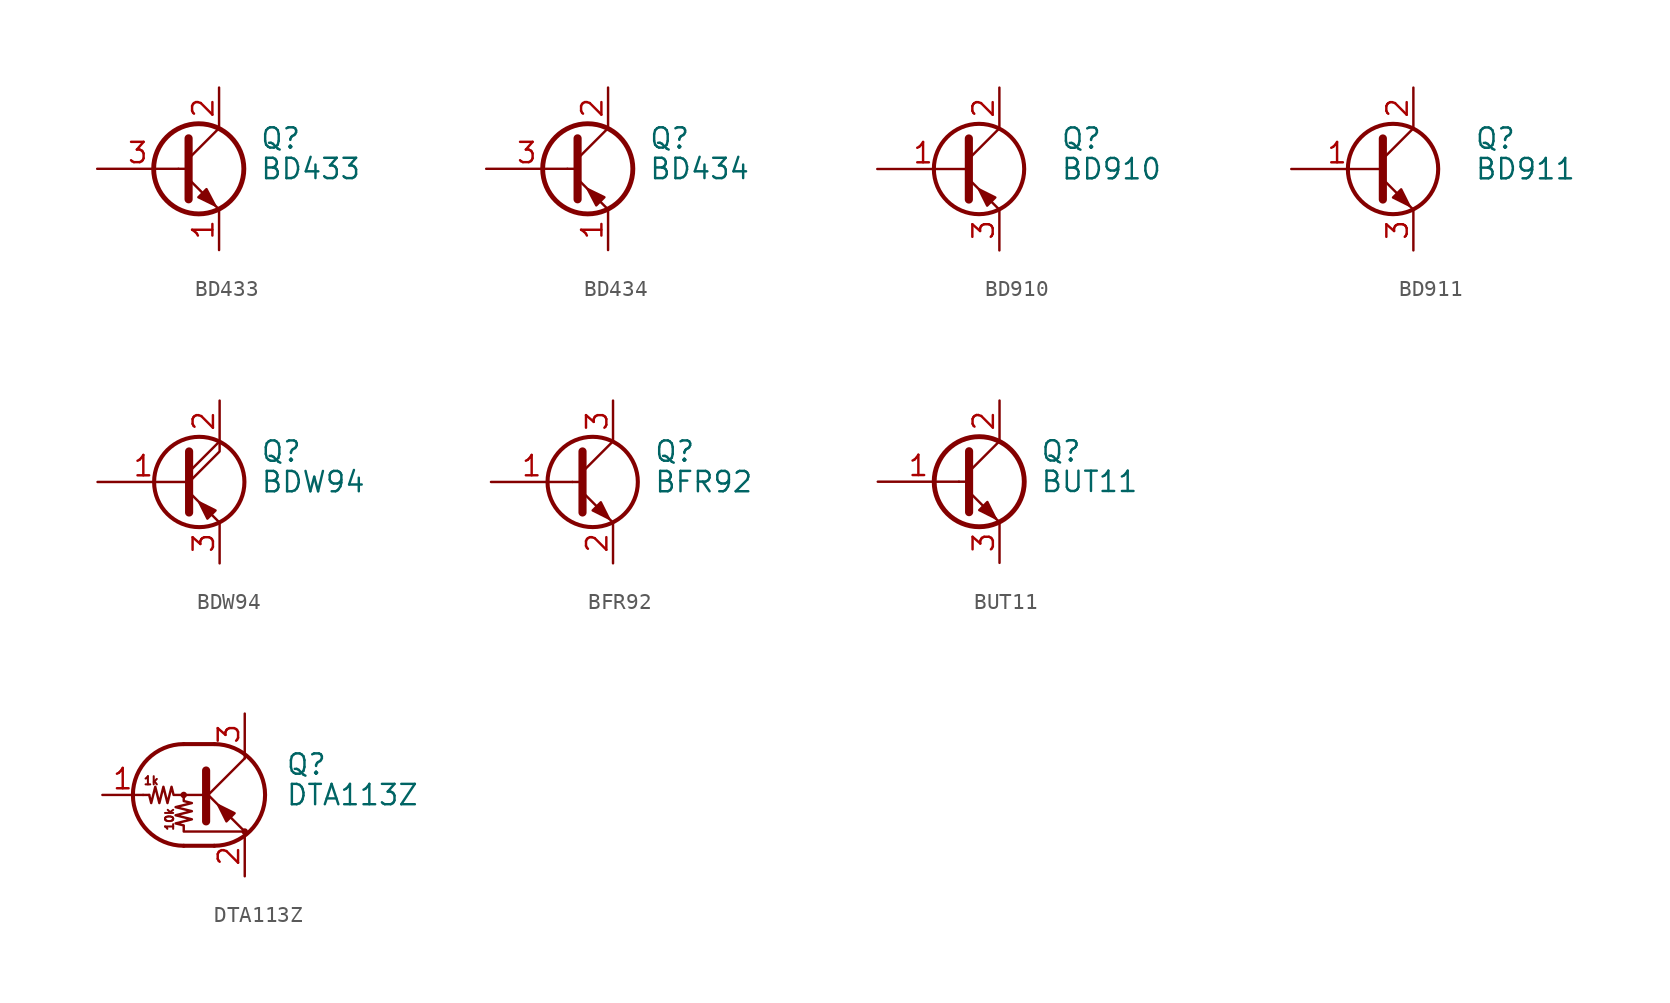
<source format=kicad_sym>
(kicad_symbol_lib
  (version 20241209)
  (generator "kicad_symbol_editor")
  (generator_version "9.0")
  (symbol "BD433"
    (pin_names
      (offset 0)
      (hide yes))
    (property "Reference" "Q"
      (at 5.08 1.905 0)
      (effects (font (size 1.27 1.27)) (justify left)))
    (property "Value" "BD433"
      (at 5.08 0 0)
      (effects (font (size 1.27 1.27)) (justify left)))
    (symbol "BD433_0_1"
      (polyline (pts (xy 0 0) (xy 0.635 0)) (stroke (width 0) (type default)) (fill (type none)))
      (polyline (pts (xy 0.635 1.905) (xy 0.635 -1.905) (xy 0.635 -1.905)) (stroke (width 0.508) (type default)) (fill (type outline)))
      (polyline (pts (xy 1.245 -1.778) (xy 1.753 -1.27) (xy 2.286 -2.286) (xy 1.245 -1.778) (xy 1.245 -1.778)) (stroke (width 0) (type default)) (fill (type outline)))
      (circle (center 1.27 0) (radius 2.819) (stroke (width 0.305) (type default)) (fill (type none)))
      (polyline (pts (xy 2.54 2.54) (xy 0.635 0.635)) (stroke (width 0) (type default)) (fill (type none)))
      (polyline (pts (xy 2.54 -2.54) (xy 0.635 -0.635)) (stroke (width 0) (type default)) (fill (type none))))
    (symbol "BD433_1_1"
      (pin input line (at -5.08 0 0) (length 5.08) (name "B" (effects (font (size 1.27 1.27)))) (number "3" (effects (font (size 1.27 1.27)))))
      (pin passive line (at 2.54 5.08 270) (length 2.54) (name "C" (effects (font (size 1.27 1.27)))) (number "2" (effects (font (size 1.27 1.27)))))
      (pin passive line (at 2.54 -5.08 90) (length 2.54) (name "E" (effects (font (size 1.27 1.27)))) (number "1" (effects (font (size 1.27 1.27)))))))
  (symbol "BD434"
    (pin_names
      (offset 0)
      (hide yes))
    (property "Reference" "Q"
      (at 5.08 1.905 0)
      (effects (font (size 1.27 1.27)) (justify left)))
    (property "Value" "BD434"
      (at 5.08 0 0)
      (effects (font (size 1.27 1.27)) (justify left)))
    (symbol "BD434_0_1"
      (polyline (pts (xy 0 0) (xy 0.635 0)) (stroke (width 0) (type default)) (fill (type none)))
      (polyline (pts (xy 0.635 1.905) (xy 0.635 -1.905) (xy 0.635 -1.905)) (stroke (width 0.508) (type default)) (fill (type outline)))
      (circle (center 1.27 0) (radius 2.819) (stroke (width 0.305) (type default)) (fill (type none)))
      (polyline (pts (xy 2.311 -1.778) (xy 1.803 -2.286) (xy 1.27 -1.27) (xy 2.311 -1.778) (xy 2.311 -1.778)) (stroke (width 0) (type default)) (fill (type outline)))
      (polyline (pts (xy 2.54 2.54) (xy 0.635 0.635)) (stroke (width 0) (type default)) (fill (type none)))
      (polyline (pts (xy 2.54 -2.54) (xy 0.635 -0.635)) (stroke (width 0) (type default)) (fill (type none))))
    (symbol "BD434_1_1"
      (pin input line (at -5.08 0 0) (length 5.08) (name "B" (effects (font (size 1.27 1.27)))) (number "3" (effects (font (size 1.27 1.27)))))
      (pin passive line (at 2.54 5.08 270) (length 2.54) (name "C" (effects (font (size 1.27 1.27)))) (number "2" (effects (font (size 1.27 1.27)))))
      (pin passive line (at 2.54 -5.08 90) (length 2.54) (name "E" (effects (font (size 1.27 1.27)))) (number "1" (effects (font (size 1.27 1.27)))))))
  (symbol "BD910"
    (pin_names
      (offset 0)
      (hide yes))
    (property "Reference" "Q"
      (at 6.35 1.905 0)
      (effects (font (size 1.27 1.27)) (justify left)))
    (property "Value" "BD910"
      (at 6.35 0 0)
      (effects (font (size 1.27 1.27)) (justify left)))
    (symbol "BD910_0_1"
      (polyline (pts (xy 0.635 1.905) (xy 0.635 -1.905) (xy 0.635 -1.905)) (stroke (width 0.508) (type default)) (fill (type none)))
      (polyline (pts (xy 0.635 0.635) (xy 2.54 2.54)) (stroke (width 0) (type default)) (fill (type none)))
      (polyline (pts (xy 0.635 -0.635) (xy 2.54 -2.54) (xy 2.54 -2.54)) (stroke (width 0) (type default)) (fill (type none)))
      (circle (center 1.27 0) (radius 2.819) (stroke (width 0.254) (type default)) (fill (type none)))
      (polyline (pts (xy 2.286 -1.778) (xy 1.778 -2.286) (xy 1.27 -1.27) (xy 2.286 -1.778) (xy 2.286 -1.778)) (stroke (width 0) (type default)) (fill (type outline))))
    (symbol "BD910_1_1"
      (pin input line (at -5.08 0 0) (length 5.715) (name "B" (effects (font (size 1.27 1.27)))) (number "1" (effects (font (size 1.27 1.27)))))
      (pin passive line (at 2.54 5.08 270) (length 2.54) (name "C" (effects (font (size 1.27 1.27)))) (number "2" (effects (font (size 1.27 1.27)))))
      (pin passive line (at 2.54 -5.08 90) (length 2.54) (name "E" (effects (font (size 1.27 1.27)))) (number "3" (effects (font (size 1.27 1.27)))))))
  (symbol "BD911"
    (pin_names
      (offset 0)
      (hide yes))
    (property "Reference" "Q"
      (at 6.35 1.905 0)
      (effects (font (size 1.27 1.27)) (justify left)))
    (property "Value" "BD911"
      (at 6.35 0 0)
      (effects (font (size 1.27 1.27)) (justify left)))
    (symbol "BD911_0_1"
      (polyline (pts (xy 0.635 1.905) (xy 0.635 -1.905) (xy 0.635 -1.905)) (stroke (width 0.508) (type default)) (fill (type none)))
      (polyline (pts (xy 0.635 0.635) (xy 2.54 2.54)) (stroke (width 0) (type default)) (fill (type none)))
      (polyline (pts (xy 0.635 -0.635) (xy 2.54 -2.54) (xy 2.54 -2.54)) (stroke (width 0) (type default)) (fill (type none)))
      (circle (center 1.27 0) (radius 2.819) (stroke (width 0.254) (type default)) (fill (type none)))
      (polyline (pts (xy 1.27 -1.778) (xy 1.778 -1.27) (xy 2.286 -2.286) (xy 1.27 -1.778) (xy 1.27 -1.778)) (stroke (width 0) (type default)) (fill (type outline))))
    (symbol "BD911_1_1"
      (pin input line (at -5.08 0 0) (length 5.715) (name "B" (effects (font (size 1.27 1.27)))) (number "1" (effects (font (size 1.27 1.27)))))
      (pin passive line (at 2.54 5.08 270) (length 2.54) (name "C" (effects (font (size 1.27 1.27)))) (number "2" (effects (font (size 1.27 1.27)))))
      (pin passive line (at 2.54 -5.08 90) (length 2.54) (name "E" (effects (font (size 1.27 1.27)))) (number "3" (effects (font (size 1.27 1.27)))))))
  (symbol "BDW94"
    (pin_names
      (offset 0)
      (hide yes))
    (property "Reference" "Q"
      (at 5.08 1.905 0)
      (effects (font (size 1.27 1.27)) (justify left)))
    (property "Value" "BDW94"
      (at 5.08 0 0)
      (effects (font (size 1.27 1.27)) (justify left)))
    (symbol "BDW94_0_1"
      (polyline (pts (xy 0.635 1.905) (xy 0.635 -1.905) (xy 0.635 -1.905)) (stroke (width 0.508) (type default)) (fill (type none)))
      (polyline (pts (xy 0.635 0.635) (xy 2.54 2.54)) (stroke (width 0) (type default)) (fill (type none)))
      (polyline (pts (xy 0.635 0) (xy 2.54 1.905) (xy 2.54 2.54)) (stroke (width 0) (type default)) (fill (type none)))
      (polyline (pts (xy 0.635 -0.635) (xy 2.54 -2.54) (xy 2.54 -2.54)) (stroke (width 0) (type default)) (fill (type none)))
      (circle (center 1.27 0) (radius 2.819) (stroke (width 0.254) (type default)) (fill (type none)))
      (polyline (pts (xy 2.286 -1.778) (xy 1.778 -2.286) (xy 1.27 -1.27) (xy 2.286 -1.778) (xy 2.286 -1.778)) (stroke (width 0) (type default)) (fill (type outline))))
    (symbol "BDW94_1_1"
      (pin input line (at -5.08 0 0) (length 5.715) (name "B" (effects (font (size 1.27 1.27)))) (number "1" (effects (font (size 1.27 1.27)))))
      (pin passive line (at 2.54 5.08 270) (length 2.54) (name "C" (effects (font (size 1.27 1.27)))) (number "2" (effects (font (size 1.27 1.27)))))
      (pin passive line (at 2.54 -5.08 90) (length 2.54) (name "E" (effects (font (size 1.27 1.27)))) (number "3" (effects (font (size 1.27 1.27)))))))
  (symbol "BFR92"
    (pin_names
      (offset 0)
      (hide yes))
    (property "Reference" "Q"
      (at 5.08 1.905 0)
      (effects (font (size 1.27 1.27)) (justify left)))
    (property "Value" "BFR92"
      (at 5.08 0 0)
      (effects (font (size 1.27 1.27)) (justify left)))
    (symbol "BFR92_0_1"
      (polyline (pts (xy 0 0) (xy 0.635 0)) (stroke (width 0) (type default)) (fill (type none)))
      (polyline (pts (xy 0.635 1.905) (xy 0.635 0) (xy 0.635 -1.905) (xy 0.635 -1.905)) (stroke (width 0.508) (type default)) (fill (type none)))
      (polyline (pts (xy 0.635 0.635) (xy 2.54 2.54)) (stroke (width 0) (type default)) (fill (type none)))
      (circle (center 1.27 0) (radius 2.819) (stroke (width 0.254) (type default)) (fill (type none)))
      (polyline (pts (xy 2.286 -2.286) (xy 1.778 -1.27) (xy 1.27 -1.778) (xy 2.286 -2.286) (xy 2.286 -2.286)) (stroke (width 0) (type default)) (fill (type outline)))
      (polyline (pts (xy 2.54 -2.54) (xy 0.635 -0.635)) (stroke (width 0) (type default)) (fill (type none))))
    (symbol "BFR92_1_1"
      (pin input line (at -5.08 0 0) (length 5.08) (name "B" (effects (font (size 1.27 1.27)))) (number "1" (effects (font (size 1.27 1.27)))))
      (pin passive line (at 2.54 5.08 270) (length 2.54) (name "C" (effects (font (size 1.27 1.27)))) (number "3" (effects (font (size 1.27 1.27)))))
      (pin passive line (at 2.54 -5.08 90) (length 2.54) (name "E" (effects (font (size 1.27 1.27)))) (number "2" (effects (font (size 1.27 1.27)))))))
  (symbol "BUT11"
    (pin_names
      (offset 0)
      (hide yes))
    (property "Reference" "Q"
      (at 5.08 1.905 0)
      (effects (font (size 1.27 1.27)) (justify left)))
    (property "Value" "BUT11"
      (at 5.08 0 0)
      (effects (font (size 1.27 1.27)) (justify left)))
    (symbol "BUT11_0_1"
      (polyline (pts (xy 0 0) (xy 0.635 0)) (stroke (width 0) (type default)) (fill (type none)))
      (polyline (pts (xy 0.635 1.905) (xy 0.635 -1.905) (xy 0.635 -1.905)) (stroke (width 0.508) (type default)) (fill (type none)))
      (circle (center 1.27 0) (radius 2.819) (stroke (width 0.305) (type default)) (fill (type none)))
      (polyline (pts (xy 1.27 -1.778) (xy 1.778 -1.27) (xy 2.286 -2.286) (xy 1.27 -1.778) (xy 1.27 -1.778)) (stroke (width 0) (type default)) (fill (type outline)))
      (polyline (pts (xy 2.286 -2.286) (xy 1.778 -1.778) (xy 1.778 -1.778)) (stroke (width 0) (type default)) (fill (type none)))
      (polyline (pts (xy 2.54 2.54) (xy 0.635 0.635)) (stroke (width 0) (type default)) (fill (type none)))
      (polyline (pts (xy 2.54 -2.54) (xy 0.635 -0.635)) (stroke (width 0) (type default)) (fill (type none))))
    (symbol "BUT11_1_1"
      (pin input line (at -5.08 0 0) (length 5.08) (name "B" (effects (font (size 1.27 1.27)))) (number "1" (effects (font (size 1.27 1.27)))))
      (pin passive line (at 2.54 5.08 270) (length 2.54) (name "C" (effects (font (size 1.27 1.27)))) (number "2" (effects (font (size 1.27 1.27)))))
      (pin passive line (at 2.54 -5.08 90) (length 2.54) (name "E" (effects (font (size 1.27 1.27)))) (number "3" (effects (font (size 1.27 1.27)))))))
  (symbol "DTA113Z"
    (pin_names
      (offset 0)
      (hide yes))
    (property "Reference" "Q"
      (at 5.08 1.905 0)
      (effects (font (size 1.27 1.27)) (justify left)))
    (property "Value" "DTA113Z"
      (at 5.08 0 0)
      (effects (font (size 1.27 1.27)) (justify left)))
    (symbol "DTA113Z_0_0"
      (text "1k" (at -3.302 0.889 0) (effects (font (size 0.508 0.508))))
      (text "10k" (at -2.159 -1.524 900) (effects (font (size 0.508 0.508)))))
    (symbol "DTA113Z_0_1"
      (polyline (pts (xy -3.429 0) (xy -3.81 0)) (stroke (width 0) (type default)) (fill (type none)))
      (polyline (pts (xy -1.27 3.175) (xy 0.635 3.175)) (stroke (width 0.254) (type default)) (fill (type none)))
      (circle (center -1.27 0) (radius 0.127) (stroke (width 0) (type default)) (fill (type none)))
      (polyline (pts (xy -1.27 0) (xy -1.27 -0.381) (xy -0.762 -0.508) (xy -1.778 -0.762) (xy -0.762 -1.016) (xy -1.778 -1.27) (xy -0.762 -1.524) (xy -1.778 -1.778) (xy -1.27 -1.905) (xy -1.27 -2.286) (xy 2.54 -2.286)) (stroke (width 0) (type default)) (fill (type none)))
      (polyline (pts (xy -1.27 -3.175) (xy 0.635 -3.175)) (stroke (width 0.254) (type default)) (fill (type none)))
      (arc (start -1.27 -3.175) (mid -4.4312 0) (end -1.27 3.175) (stroke (width 0.254) (type default)) (fill (type none)))
      (polyline (pts (xy 0 0) (xy -1.905 0) (xy -2.032 0.508) (xy -2.286 -0.508) (xy -2.54 0.508) (xy -2.794 -0.508) (xy -3.048 0.508) (xy -3.302 -0.508) (xy -3.429 0)) (stroke (width 0) (type default)) (fill (type none)))
      (polyline (pts (xy 0 -0.254) (xy 2.54 2.286)) (stroke (width 0) (type default)) (fill (type none)))
      (polyline (pts (xy 0.127 1.524) (xy 0.127 -1.651)) (stroke (width 0.508) (type default)) (fill (type outline)))
      (arc (start 0.635 3.175) (mid 3.7962 0) (end 0.635 -3.175) (stroke (width 0.254) (type default)) (fill (type none)))
      (polyline (pts (xy 1.397 -1.651) (xy 1.905 -1.143) (xy 0.889 -0.635) (xy 1.397 -1.651)) (stroke (width 0) (type default)) (fill (type outline)))
      (polyline (pts (xy 2.54 2.286) (xy 2.54 2.54)) (stroke (width 0) (type default)) (fill (type none)))
      (polyline (pts (xy 2.54 -2.286) (xy 0 0.254) (xy 0 0.254)) (stroke (width 0) (type default)) (fill (type none)))
      (circle (center 2.54 -2.286) (radius 0.127) (stroke (width 0) (type default)) (fill (type none))))
    (symbol "DTA113Z_1_1"
      (pin input line (at -6.35 0 0) (length 2.54) (name "B" (effects (font (size 1.27 1.27)))) (number "1" (effects (font (size 1.27 1.27)))))
      (pin passive line (at 2.54 5.08 270) (length 2.54) (name "C" (effects (font (size 1.27 1.27)))) (number "3" (effects (font (size 1.27 1.27)))))
      (pin passive line (at 2.54 -5.08 90) (length 2.54) (name "E" (effects (font (size 1.27 1.27)))) (number "2" (effects (font (size 1.27 1.27))))))))
</source>
